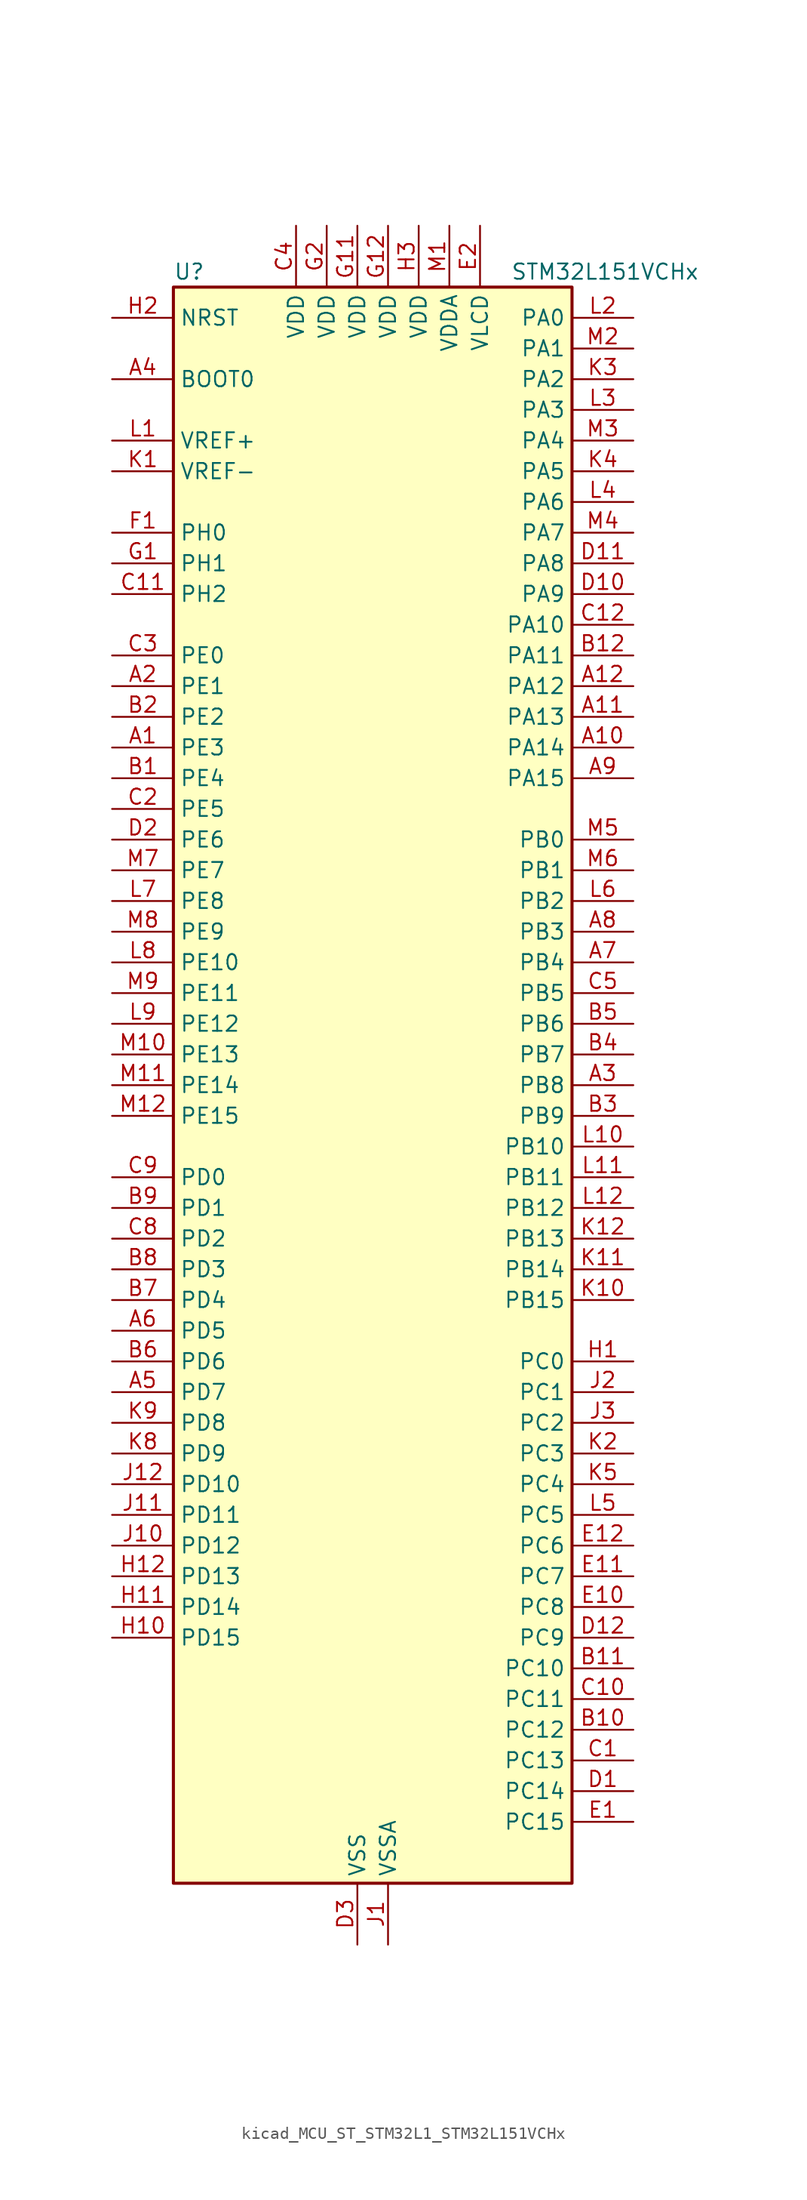
<source format=kicad_sym>
(kicad_symbol_lib
  (version 20220914)
  (generator kicad_symbol_editor)
  (symbol "kicad_MCU_ST_STM32L1_STM32L151VCHx"
    (property "Reference" "U"
      (at -15.24 67.31 0)
      (effects (font (size 1.27 1.27)) (justify left)))
    (property "Value" "STM32L151VCHx"
      (at 12.7 67.31 0)
      (effects (font (size 1.27 1.27)) (justify left)))
    (property "ki_locked" ""
      (at 0 0 0)
      (effects (font (size 1.27 1.27))))
    (symbol "kicad_MCU_ST_STM32L1_STM32L151VCHx_0_1"
      (rectangle (start -15.24 -66.04) (end 17.78 66.04) (stroke (width 0.254) (type default)) (fill (type background))))
    (symbol "kicad_MCU_ST_STM32L1_STM32L151VCHx_1_1"
      (pin bidirectional line (at -20.32 27.94 0) (length 5.08) (name "PE3" (effects (font (size 1.27 1.27)))) (number "A1" (effects (font (size 1.27 1.27)))) (alternate "SYS_TRACED0" bidirectional line) (alternate "TIM3_CH1" bidirectional line) (alternate "TIMX_IC4" bidirectional line))
      (pin bidirectional line (at 22.86 27.94 180) (length 5.08) (name "PA14" (effects (font (size 1.27 1.27)))) (number "A10" (effects (font (size 1.27 1.27)))) (alternate "SYS_JTCK-SWCLK" bidirectional line) (alternate "TIMX_IC3" bidirectional line) (alternate "TS_G5_IO2" bidirectional line))
      (pin bidirectional line (at 22.86 30.48 180) (length 5.08) (name "PA13" (effects (font (size 1.27 1.27)))) (number "A11" (effects (font (size 1.27 1.27)))) (alternate "SYS_JTMS-SWDIO" bidirectional line) (alternate "TIMX_IC2" bidirectional line) (alternate "TS_G5_IO1" bidirectional line))
      (pin bidirectional line (at 22.86 33.02 180) (length 5.08) (name "PA12" (effects (font (size 1.27 1.27)))) (number "A12" (effects (font (size 1.27 1.27)))) (alternate "SPI1_MOSI" bidirectional line) (alternate "TIMX_IC1" bidirectional line) (alternate "USART1_RTS" bidirectional line) (alternate "USB_DP" bidirectional line))
      (pin bidirectional line (at -20.32 33.02 0) (length 5.08) (name "PE1" (effects (font (size 1.27 1.27)))) (number "A2" (effects (font (size 1.27 1.27)))) (alternate "TIM11_CH1" bidirectional line) (alternate "TIMX_IC2" bidirectional line))
      (pin bidirectional line (at 22.86 0 180) (length 5.08) (name "PB8" (effects (font (size 1.27 1.27)))) (number "A3" (effects (font (size 1.27 1.27)))) (alternate "I2C1_SCL" bidirectional line) (alternate "TIM10_CH1" bidirectional line) (alternate "TIM4_CH3" bidirectional line))
      (pin input line (at -20.32 58.42 0) (length 5.08) (name "BOOT0" (effects (font (size 1.27 1.27)))) (number "A4" (effects (font (size 1.27 1.27)))))
      (pin bidirectional line (at -20.32 -25.4 0) (length 5.08) (name "PD7" (effects (font (size 1.27 1.27)))) (number "A5" (effects (font (size 1.27 1.27)))) (alternate "TIM9_CH2" bidirectional line) (alternate "TIMX_IC4" bidirectional line) (alternate "USART2_CK" bidirectional line))
      (pin bidirectional line (at -20.32 -20.32 0) (length 5.08) (name "PD5" (effects (font (size 1.27 1.27)))) (number "A6" (effects (font (size 1.27 1.27)))) (alternate "TIMX_IC2" bidirectional line) (alternate "USART2_TX" bidirectional line))
      (pin bidirectional line (at 22.86 10.16 180) (length 5.08) (name "PB4" (effects (font (size 1.27 1.27)))) (number "A7" (effects (font (size 1.27 1.27)))) (alternate "COMP2_INP" bidirectional line) (alternate "SPI1_MISO" bidirectional line) (alternate "SPI3_MISO" bidirectional line) (alternate "SYS_JTRST" bidirectional line) (alternate "TIM3_CH1" bidirectional line) (alternate "TS_G6_IO1" bidirectional line))
      (pin bidirectional line (at 22.86 12.7 180) (length 5.08) (name "PB3" (effects (font (size 1.27 1.27)))) (number "A8" (effects (font (size 1.27 1.27)))) (alternate "COMP2_INM" bidirectional line) (alternate "I2S3_CK" bidirectional line) (alternate "SPI1_SCK" bidirectional line) (alternate "SPI3_SCK" bidirectional line) (alternate "SYS_JTDO-TRACESWO" bidirectional line) (alternate "TIM2_CH2" bidirectional line))
      (pin bidirectional line (at 22.86 25.4 180) (length 5.08) (name "PA15" (effects (font (size 1.27 1.27)))) (number "A9" (effects (font (size 1.27 1.27)))) (alternate "ADC_EXTI15" bidirectional line) (alternate "I2S3_WS" bidirectional line) (alternate "SPI1_NSS" bidirectional line) (alternate "SPI3_NSS" bidirectional line) (alternate "SYS_JTDI" bidirectional line) (alternate "TIM2_CH1" bidirectional line) (alternate "TIM2_ETR" bidirectional line) (alternate "TIMX_IC4" bidirectional line) (alternate "TS_G5_IO3" bidirectional line))
      (pin bidirectional line (at -20.32 25.4 0) (length 5.08) (name "PE4" (effects (font (size 1.27 1.27)))) (number "B1" (effects (font (size 1.27 1.27)))) (alternate "SYS_TRACED1" bidirectional line) (alternate "TIM3_CH2" bidirectional line) (alternate "TIMX_IC1" bidirectional line))
      (pin bidirectional line (at 22.86 -53.34 180) (length 5.08) (name "PC12" (effects (font (size 1.27 1.27)))) (number "B10" (effects (font (size 1.27 1.27)))) (alternate "I2S3_SD" bidirectional line) (alternate "SPI3_MOSI" bidirectional line) (alternate "TIMX_IC1" bidirectional line) (alternate "USART3_CK" bidirectional line))
      (pin bidirectional line (at 22.86 -48.26 180) (length 5.08) (name "PC10" (effects (font (size 1.27 1.27)))) (number "B11" (effects (font (size 1.27 1.27)))) (alternate "I2S3_CK" bidirectional line) (alternate "SPI3_SCK" bidirectional line) (alternate "TIMX_IC3" bidirectional line) (alternate "USART3_TX" bidirectional line))
      (pin bidirectional line (at 22.86 35.56 180) (length 5.08) (name "PA11" (effects (font (size 1.27 1.27)))) (number "B12" (effects (font (size 1.27 1.27)))) (alternate "ADC_EXTI11" bidirectional line) (alternate "SPI1_MISO" bidirectional line) (alternate "TIMX_IC4" bidirectional line) (alternate "USART1_CTS" bidirectional line) (alternate "USB_DM" bidirectional line))
      (pin bidirectional line (at -20.32 30.48 0) (length 5.08) (name "PE2" (effects (font (size 1.27 1.27)))) (number "B2" (effects (font (size 1.27 1.27)))) (alternate "SYS_TRACECK" bidirectional line) (alternate "TIM3_ETR" bidirectional line) (alternate "TIMX_IC3" bidirectional line))
      (pin bidirectional line (at 22.86 -2.54 180) (length 5.08) (name "PB9" (effects (font (size 1.27 1.27)))) (number "B3" (effects (font (size 1.27 1.27)))) (alternate "DAC_EXTI9" bidirectional line) (alternate "I2C1_SDA" bidirectional line) (alternate "TIM11_CH1" bidirectional line) (alternate "TIM4_CH4" bidirectional line))
      (pin bidirectional line (at 22.86 2.54 180) (length 5.08) (name "PB7" (effects (font (size 1.27 1.27)))) (number "B4" (effects (font (size 1.27 1.27)))) (alternate "COMP2_INP" bidirectional line) (alternate "I2C1_SDA" bidirectional line) (alternate "SYS_PVD_IN" bidirectional line) (alternate "TIM4_CH2" bidirectional line) (alternate "TS_G6_IO4" bidirectional line) (alternate "USART1_RX" bidirectional line))
      (pin bidirectional line (at 22.86 5.08 180) (length 5.08) (name "PB6" (effects (font (size 1.27 1.27)))) (number "B5" (effects (font (size 1.27 1.27)))) (alternate "COMP2_INP" bidirectional line) (alternate "I2C1_SCL" bidirectional line) (alternate "TIM4_CH1" bidirectional line) (alternate "TS_G6_IO3" bidirectional line) (alternate "USART1_TX" bidirectional line))
      (pin bidirectional line (at -20.32 -22.86 0) (length 5.08) (name "PD6" (effects (font (size 1.27 1.27)))) (number "B6" (effects (font (size 1.27 1.27)))) (alternate "TIMX_IC3" bidirectional line) (alternate "USART2_RX" bidirectional line))
      (pin bidirectional line (at -20.32 -17.78 0) (length 5.08) (name "PD4" (effects (font (size 1.27 1.27)))) (number "B7" (effects (font (size 1.27 1.27)))) (alternate "I2S2_SD" bidirectional line) (alternate "SPI2_MOSI" bidirectional line) (alternate "TIMX_IC1" bidirectional line) (alternate "USART2_RTS" bidirectional line))
      (pin bidirectional line (at -20.32 -15.24 0) (length 5.08) (name "PD3" (effects (font (size 1.27 1.27)))) (number "B8" (effects (font (size 1.27 1.27)))) (alternate "SPI2_MISO" bidirectional line) (alternate "TIMX_IC4" bidirectional line) (alternate "USART2_CTS" bidirectional line))
      (pin bidirectional line (at -20.32 -10.16 0) (length 5.08) (name "PD1" (effects (font (size 1.27 1.27)))) (number "B9" (effects (font (size 1.27 1.27)))) (alternate "I2S2_CK" bidirectional line) (alternate "SPI2_SCK" bidirectional line) (alternate "TIMX_IC2" bidirectional line))
      (pin bidirectional line (at 22.86 -55.88 180) (length 5.08) (name "PC13" (effects (font (size 1.27 1.27)))) (number "C1" (effects (font (size 1.27 1.27)))) (alternate "RTC_OUT_ALARM" bidirectional line) (alternate "RTC_OUT_CALIB" bidirectional line) (alternate "RTC_TAMP1" bidirectional line) (alternate "RTC_TS" bidirectional line) (alternate "SYS_WKUP2" bidirectional line) (alternate "TIMX_IC2" bidirectional line))
      (pin bidirectional line (at 22.86 -50.8 180) (length 5.08) (name "PC11" (effects (font (size 1.27 1.27)))) (number "C10" (effects (font (size 1.27 1.27)))) (alternate "ADC_EXTI11" bidirectional line) (alternate "SPI3_MISO" bidirectional line) (alternate "TIMX_IC4" bidirectional line) (alternate "USART3_RX" bidirectional line))
      (pin bidirectional line (at -20.32 40.64 0) (length 5.08) (name "PH2" (effects (font (size 1.27 1.27)))) (number "C11" (effects (font (size 1.27 1.27)))))
      (pin bidirectional line (at 22.86 38.1 180) (length 5.08) (name "PA10" (effects (font (size 1.27 1.27)))) (number "C12" (effects (font (size 1.27 1.27)))) (alternate "TIMX_IC3" bidirectional line) (alternate "TS_G4_IO3" bidirectional line) (alternate "USART1_RX" bidirectional line))
      (pin bidirectional line (at -20.32 22.86 0) (length 5.08) (name "PE5" (effects (font (size 1.27 1.27)))) (number "C2" (effects (font (size 1.27 1.27)))) (alternate "SYS_TRACED2" bidirectional line) (alternate "TIM9_CH1" bidirectional line) (alternate "TIMX_IC2" bidirectional line))
      (pin bidirectional line (at -20.32 35.56 0) (length 5.08) (name "PE0" (effects (font (size 1.27 1.27)))) (number "C3" (effects (font (size 1.27 1.27)))) (alternate "TIM10_CH1" bidirectional line) (alternate "TIM4_ETR" bidirectional line) (alternate "TIMX_IC1" bidirectional line))
      (pin power_in line (at -5.08 71.12 270) (length 5.08) (name "VDD" (effects (font (size 1.27 1.27)))) (number "C4" (effects (font (size 1.27 1.27)))))
      (pin bidirectional line (at 22.86 7.62 180) (length 5.08) (name "PB5" (effects (font (size 1.27 1.27)))) (number "C5" (effects (font (size 1.27 1.27)))) (alternate "COMP2_INP" bidirectional line) (alternate "I2C1_SMBA" bidirectional line) (alternate "I2S3_SD" bidirectional line) (alternate "SPI1_MOSI" bidirectional line) (alternate "SPI3_MOSI" bidirectional line) (alternate "TIM3_CH2" bidirectional line) (alternate "TS_G6_IO2" bidirectional line))
      (pin bidirectional line (at -20.32 -12.7 0) (length 5.08) (name "PD2" (effects (font (size 1.27 1.27)))) (number "C8" (effects (font (size 1.27 1.27)))) (alternate "TIM3_ETR" bidirectional line) (alternate "TIMX_IC3" bidirectional line))
      (pin bidirectional line (at -20.32 -7.62 0) (length 5.08) (name "PD0" (effects (font (size 1.27 1.27)))) (number "C9" (effects (font (size 1.27 1.27)))) (alternate "I2S2_WS" bidirectional line) (alternate "SPI2_NSS" bidirectional line) (alternate "TIM9_CH1" bidirectional line) (alternate "TIMX_IC1" bidirectional line))
      (pin bidirectional line (at 22.86 -58.42 180) (length 5.08) (name "PC14" (effects (font (size 1.27 1.27)))) (number "D1" (effects (font (size 1.27 1.27)))) (alternate "RCC_OSC32_IN" bidirectional line) (alternate "TIMX_IC3" bidirectional line))
      (pin bidirectional line (at 22.86 40.64 180) (length 5.08) (name "PA9" (effects (font (size 1.27 1.27)))) (number "D10" (effects (font (size 1.27 1.27)))) (alternate "DAC_EXTI9" bidirectional line) (alternate "TIMX_IC2" bidirectional line) (alternate "TS_G4_IO2" bidirectional line) (alternate "USART1_TX" bidirectional line))
      (pin bidirectional line (at 22.86 43.18 180) (length 5.08) (name "PA8" (effects (font (size 1.27 1.27)))) (number "D11" (effects (font (size 1.27 1.27)))) (alternate "RCC_MCO" bidirectional line) (alternate "TIMX_IC1" bidirectional line) (alternate "TS_G4_IO1" bidirectional line) (alternate "USART1_CK" bidirectional line))
      (pin bidirectional line (at 22.86 -45.72 180) (length 5.08) (name "PC9" (effects (font (size 1.27 1.27)))) (number "D12" (effects (font (size 1.27 1.27)))) (alternate "DAC_EXTI9" bidirectional line) (alternate "TIM3_CH4" bidirectional line) (alternate "TIMX_IC2" bidirectional line) (alternate "TS_G10_IO4" bidirectional line))
      (pin bidirectional line (at -20.32 20.32 0) (length 5.08) (name "PE6" (effects (font (size 1.27 1.27)))) (number "D2" (effects (font (size 1.27 1.27)))) (alternate "RTC_TAMP3" bidirectional line) (alternate "SYS_TRACED3" bidirectional line) (alternate "SYS_WKUP3" bidirectional line) (alternate "TIM9_CH2" bidirectional line) (alternate "TIMX_IC3" bidirectional line))
      (pin power_in line (at 0 -71.12 90) (length 5.08) (name "VSS" (effects (font (size 1.27 1.27)))) (number "D3" (effects (font (size 1.27 1.27)))))
      (pin bidirectional line (at 22.86 -60.96 180) (length 5.08) (name "PC15" (effects (font (size 1.27 1.27)))) (number "E1" (effects (font (size 1.27 1.27)))) (alternate "ADC_EXTI15" bidirectional line) (alternate "RCC_OSC32_OUT" bidirectional line) (alternate "TIMX_IC4" bidirectional line))
      (pin bidirectional line (at 22.86 -43.18 180) (length 5.08) (name "PC8" (effects (font (size 1.27 1.27)))) (number "E10" (effects (font (size 1.27 1.27)))) (alternate "TIM3_CH3" bidirectional line) (alternate "TIMX_IC1" bidirectional line) (alternate "TS_G10_IO3" bidirectional line))
      (pin bidirectional line (at 22.86 -40.64 180) (length 5.08) (name "PC7" (effects (font (size 1.27 1.27)))) (number "E11" (effects (font (size 1.27 1.27)))) (alternate "I2S3_MCK" bidirectional line) (alternate "TIM3_CH2" bidirectional line) (alternate "TIMX_IC4" bidirectional line) (alternate "TS_G10_IO2" bidirectional line))
      (pin bidirectional line (at 22.86 -38.1 180) (length 5.08) (name "PC6" (effects (font (size 1.27 1.27)))) (number "E12" (effects (font (size 1.27 1.27)))) (alternate "I2S2_MCK" bidirectional line) (alternate "TIM3_CH1" bidirectional line) (alternate "TIMX_IC3" bidirectional line) (alternate "TS_G10_IO1" bidirectional line))
      (pin power_in line (at 10.16 71.12 270) (length 5.08) (name "VLCD" (effects (font (size 1.27 1.27)))) (number "E2" (effects (font (size 1.27 1.27)))))
      (pin passive line (at 0 -71.12 90) (length 5.08) hide (name "VSS" (effects (font (size 1.27 1.27)))) (number "E3" (effects (font (size 1.27 1.27)))))
      (pin bidirectional line (at -20.32 45.72 0) (length 5.08) (name "PH0" (effects (font (size 1.27 1.27)))) (number "F1" (effects (font (size 1.27 1.27)))) (alternate "RCC_OSC_IN" bidirectional line))
      (pin passive line (at 0 -71.12 90) (length 5.08) hide (name "VSS" (effects (font (size 1.27 1.27)))) (number "F11" (effects (font (size 1.27 1.27)))))
      (pin passive line (at 0 -71.12 90) (length 5.08) hide (name "VSS" (effects (font (size 1.27 1.27)))) (number "F12" (effects (font (size 1.27 1.27)))))
      (pin passive line (at 0 -71.12 90) (length 5.08) hide (name "VSS" (effects (font (size 1.27 1.27)))) (number "F2" (effects (font (size 1.27 1.27)))))
      (pin bidirectional line (at -20.32 43.18 0) (length 5.08) (name "PH1" (effects (font (size 1.27 1.27)))) (number "G1" (effects (font (size 1.27 1.27)))) (alternate "RCC_OSC_OUT" bidirectional line))
      (pin power_in line (at 0 71.12 270) (length 5.08) (name "VDD" (effects (font (size 1.27 1.27)))) (number "G11" (effects (font (size 1.27 1.27)))))
      (pin power_in line (at 2.54 71.12 270) (length 5.08) (name "VDD" (effects (font (size 1.27 1.27)))) (number "G12" (effects (font (size 1.27 1.27)))))
      (pin power_in line (at -2.54 71.12 270) (length 5.08) (name "VDD" (effects (font (size 1.27 1.27)))) (number "G2" (effects (font (size 1.27 1.27)))))
      (pin bidirectional line (at 22.86 -22.86 180) (length 5.08) (name "PC0" (effects (font (size 1.27 1.27)))) (number "H1" (effects (font (size 1.27 1.27)))) (alternate "ADC_IN10" bidirectional line) (alternate "COMP1_INP" bidirectional line) (alternate "TIMX_IC1" bidirectional line) (alternate "TS_G8_IO1" bidirectional line))
      (pin bidirectional line (at -20.32 -45.72 0) (length 5.08) (name "PD15" (effects (font (size 1.27 1.27)))) (number "H10" (effects (font (size 1.27 1.27)))) (alternate "ADC_EXTI15" bidirectional line) (alternate "TIM4_CH4" bidirectional line) (alternate "TIMX_IC4" bidirectional line))
      (pin bidirectional line (at -20.32 -43.18 0) (length 5.08) (name "PD14" (effects (font (size 1.27 1.27)))) (number "H11" (effects (font (size 1.27 1.27)))) (alternate "TIM4_CH3" bidirectional line) (alternate "TIMX_IC3" bidirectional line))
      (pin bidirectional line (at -20.32 -40.64 0) (length 5.08) (name "PD13" (effects (font (size 1.27 1.27)))) (number "H12" (effects (font (size 1.27 1.27)))) (alternate "TIM4_CH2" bidirectional line) (alternate "TIMX_IC2" bidirectional line))
      (pin input line (at -20.32 63.5 0) (length 5.08) (name "NRST" (effects (font (size 1.27 1.27)))) (number "H2" (effects (font (size 1.27 1.27)))))
      (pin power_in line (at 5.08 71.12 270) (length 5.08) (name "VDD" (effects (font (size 1.27 1.27)))) (number "H3" (effects (font (size 1.27 1.27)))))
      (pin power_in line (at 2.54 -71.12 90) (length 5.08) (name "VSSA" (effects (font (size 1.27 1.27)))) (number "J1" (effects (font (size 1.27 1.27)))))
      (pin bidirectional line (at -20.32 -38.1 0) (length 5.08) (name "PD12" (effects (font (size 1.27 1.27)))) (number "J10" (effects (font (size 1.27 1.27)))) (alternate "TIM4_CH1" bidirectional line) (alternate "TIMX_IC1" bidirectional line) (alternate "USART3_RTS" bidirectional line))
      (pin bidirectional line (at -20.32 -35.56 0) (length 5.08) (name "PD11" (effects (font (size 1.27 1.27)))) (number "J11" (effects (font (size 1.27 1.27)))) (alternate "ADC_EXTI11" bidirectional line) (alternate "TIMX_IC4" bidirectional line) (alternate "USART3_CTS" bidirectional line))
      (pin bidirectional line (at -20.32 -33.02 0) (length 5.08) (name "PD10" (effects (font (size 1.27 1.27)))) (number "J12" (effects (font (size 1.27 1.27)))) (alternate "TIMX_IC3" bidirectional line) (alternate "USART3_CK" bidirectional line))
      (pin bidirectional line (at 22.86 -25.4 180) (length 5.08) (name "PC1" (effects (font (size 1.27 1.27)))) (number "J2" (effects (font (size 1.27 1.27)))) (alternate "ADC_IN11" bidirectional line) (alternate "COMP1_INP" bidirectional line) (alternate "TIMX_IC2" bidirectional line) (alternate "TS_G8_IO2" bidirectional line))
      (pin bidirectional line (at 22.86 -27.94 180) (length 5.08) (name "PC2" (effects (font (size 1.27 1.27)))) (number "J3" (effects (font (size 1.27 1.27)))) (alternate "ADC_IN12" bidirectional line) (alternate "COMP1_INP" bidirectional line) (alternate "TIMX_IC3" bidirectional line) (alternate "TS_G8_IO3" bidirectional line))
      (pin input line (at -20.32 50.8 0) (length 5.08) (name "VREF-" (effects (font (size 1.27 1.27)))) (number "K1" (effects (font (size 1.27 1.27)))))
      (pin bidirectional line (at 22.86 -17.78 180) (length 5.08) (name "PB15" (effects (font (size 1.27 1.27)))) (number "K10" (effects (font (size 1.27 1.27)))) (alternate "ADC_EXTI15" bidirectional line) (alternate "ADC_IN21" bidirectional line) (alternate "COMP1_INP" bidirectional line) (alternate "I2S2_SD" bidirectional line) (alternate "RTC_REFIN" bidirectional line) (alternate "SPI2_MOSI" bidirectional line) (alternate "TIM11_CH1" bidirectional line) (alternate "TS_G7_IO4" bidirectional line))
      (pin bidirectional line (at 22.86 -15.24 180) (length 5.08) (name "PB14" (effects (font (size 1.27 1.27)))) (number "K11" (effects (font (size 1.27 1.27)))) (alternate "ADC_IN20" bidirectional line) (alternate "COMP1_INP" bidirectional line) (alternate "SPI2_MISO" bidirectional line) (alternate "TIM9_CH2" bidirectional line) (alternate "TS_G7_IO3" bidirectional line) (alternate "USART3_RTS" bidirectional line))
      (pin bidirectional line (at 22.86 -12.7 180) (length 5.08) (name "PB13" (effects (font (size 1.27 1.27)))) (number "K12" (effects (font (size 1.27 1.27)))) (alternate "ADC_IN19" bidirectional line) (alternate "COMP1_INP" bidirectional line) (alternate "I2S2_CK" bidirectional line) (alternate "SPI2_SCK" bidirectional line) (alternate "TIM9_CH1" bidirectional line) (alternate "TS_G7_IO2" bidirectional line) (alternate "USART3_CTS" bidirectional line))
      (pin bidirectional line (at 22.86 -30.48 180) (length 5.08) (name "PC3" (effects (font (size 1.27 1.27)))) (number "K2" (effects (font (size 1.27 1.27)))) (alternate "ADC_IN13" bidirectional line) (alternate "COMP1_INP" bidirectional line) (alternate "TIMX_IC4" bidirectional line) (alternate "TS_G8_IO4" bidirectional line))
      (pin bidirectional line (at 22.86 58.42 180) (length 5.08) (name "PA2" (effects (font (size 1.27 1.27)))) (number "K3" (effects (font (size 1.27 1.27)))) (alternate "ADC_IN2" bidirectional line) (alternate "COMP1_INP" bidirectional line) (alternate "OPAMP1_VINM" bidirectional line) (alternate "TIM2_CH3" bidirectional line) (alternate "TIM5_CH3" bidirectional line) (alternate "TIM9_CH1" bidirectional line) (alternate "TIMX_IC3" bidirectional line) (alternate "TS_G1_IO3" bidirectional line) (alternate "USART2_TX" bidirectional line))
      (pin bidirectional line (at 22.86 50.8 180) (length 5.08) (name "PA5" (effects (font (size 1.27 1.27)))) (number "K4" (effects (font (size 1.27 1.27)))) (alternate "ADC_IN5" bidirectional line) (alternate "COMP1_INP" bidirectional line) (alternate "DAC_OUT2" bidirectional line) (alternate "SPI1_SCK" bidirectional line) (alternate "TIM2_CH1" bidirectional line) (alternate "TIM2_ETR" bidirectional line) (alternate "TIMX_IC2" bidirectional line))
      (pin bidirectional line (at 22.86 -33.02 180) (length 5.08) (name "PC4" (effects (font (size 1.27 1.27)))) (number "K5" (effects (font (size 1.27 1.27)))) (alternate "ADC_IN14" bidirectional line) (alternate "COMP1_INP" bidirectional line) (alternate "TIMX_IC1" bidirectional line) (alternate "TS_G9_IO1" bidirectional line))
      (pin bidirectional line (at -20.32 -30.48 0) (length 5.08) (name "PD9" (effects (font (size 1.27 1.27)))) (number "K8" (effects (font (size 1.27 1.27)))) (alternate "DAC_EXTI9" bidirectional line) (alternate "TIMX_IC2" bidirectional line) (alternate "USART3_RX" bidirectional line))
      (pin bidirectional line (at -20.32 -27.94 0) (length 5.08) (name "PD8" (effects (font (size 1.27 1.27)))) (number "K9" (effects (font (size 1.27 1.27)))) (alternate "TIMX_IC1" bidirectional line) (alternate "USART3_TX" bidirectional line))
      (pin input line (at -20.32 53.34 0) (length 5.08) (name "VREF+" (effects (font (size 1.27 1.27)))) (number "L1" (effects (font (size 1.27 1.27)))))
      (pin bidirectional line (at 22.86 -5.08 180) (length 5.08) (name "PB10" (effects (font (size 1.27 1.27)))) (number "L10" (effects (font (size 1.27 1.27)))) (alternate "I2C2_SCL" bidirectional line) (alternate "TIM2_CH3" bidirectional line) (alternate "USART3_TX" bidirectional line))
      (pin bidirectional line (at 22.86 -7.62 180) (length 5.08) (name "PB11" (effects (font (size 1.27 1.27)))) (number "L11" (effects (font (size 1.27 1.27)))) (alternate "ADC_EXTI11" bidirectional line) (alternate "I2C2_SDA" bidirectional line) (alternate "TIM2_CH4" bidirectional line) (alternate "USART3_RX" bidirectional line))
      (pin bidirectional line (at 22.86 -10.16 180) (length 5.08) (name "PB12" (effects (font (size 1.27 1.27)))) (number "L12" (effects (font (size 1.27 1.27)))) (alternate "ADC_IN18" bidirectional line) (alternate "COMP1_INP" bidirectional line) (alternate "I2C2_SMBA" bidirectional line) (alternate "I2S2_WS" bidirectional line) (alternate "SPI2_NSS" bidirectional line) (alternate "TIM10_CH1" bidirectional line) (alternate "TS_G7_IO1" bidirectional line) (alternate "USART3_CK" bidirectional line))
      (pin bidirectional line (at 22.86 63.5 180) (length 5.08) (name "PA0" (effects (font (size 1.27 1.27)))) (number "L2" (effects (font (size 1.27 1.27)))) (alternate "ADC_IN0" bidirectional line) (alternate "COMP1_INP" bidirectional line) (alternate "RTC_TAMP2" bidirectional line) (alternate "SYS_WKUP1" bidirectional line) (alternate "TIM2_CH1" bidirectional line) (alternate "TIM2_ETR" bidirectional line) (alternate "TIM5_CH1" bidirectional line) (alternate "TIMX_IC1" bidirectional line) (alternate "TS_G1_IO1" bidirectional line) (alternate "USART2_CTS" bidirectional line))
      (pin bidirectional line (at 22.86 55.88 180) (length 5.08) (name "PA3" (effects (font (size 1.27 1.27)))) (number "L3" (effects (font (size 1.27 1.27)))) (alternate "ADC_IN3" bidirectional line) (alternate "COMP1_INP" bidirectional line) (alternate "OPAMP1_VOUT" bidirectional line) (alternate "TIM2_CH4" bidirectional line) (alternate "TIM5_CH4" bidirectional line) (alternate "TIM9_CH2" bidirectional line) (alternate "TIMX_IC4" bidirectional line) (alternate "TS_G1_IO4" bidirectional line) (alternate "USART2_RX" bidirectional line))
      (pin bidirectional line (at 22.86 48.26 180) (length 5.08) (name "PA6" (effects (font (size 1.27 1.27)))) (number "L4" (effects (font (size 1.27 1.27)))) (alternate "ADC_IN6" bidirectional line) (alternate "COMP1_INP" bidirectional line) (alternate "OPAMP2_VINP" bidirectional line) (alternate "SPI1_MISO" bidirectional line) (alternate "TIM10_CH1" bidirectional line) (alternate "TIM3_CH1" bidirectional line) (alternate "TIMX_IC3" bidirectional line) (alternate "TS_G2_IO1" bidirectional line))
      (pin bidirectional line (at 22.86 -35.56 180) (length 5.08) (name "PC5" (effects (font (size 1.27 1.27)))) (number "L5" (effects (font (size 1.27 1.27)))) (alternate "ADC_IN15" bidirectional line) (alternate "COMP1_INP" bidirectional line) (alternate "TIMX_IC2" bidirectional line) (alternate "TS_G9_IO2" bidirectional line))
      (pin bidirectional line (at 22.86 15.24 180) (length 5.08) (name "PB2" (effects (font (size 1.27 1.27)))) (number "L6" (effects (font (size 1.27 1.27)))) (alternate "TS_G3_IO3" bidirectional line))
      (pin bidirectional line (at -20.32 15.24 0) (length 5.08) (name "PE8" (effects (font (size 1.27 1.27)))) (number "L7" (effects (font (size 1.27 1.27)))) (alternate "ADC_IN23" bidirectional line) (alternate "COMP1_INP" bidirectional line) (alternate "TIMX_IC1" bidirectional line))
      (pin bidirectional line (at -20.32 10.16 0) (length 5.08) (name "PE10" (effects (font (size 1.27 1.27)))) (number "L8" (effects (font (size 1.27 1.27)))) (alternate "ADC_IN25" bidirectional line) (alternate "COMP1_INP" bidirectional line) (alternate "TIM2_CH2" bidirectional line) (alternate "TIMX_IC3" bidirectional line))
      (pin bidirectional line (at -20.32 5.08 0) (length 5.08) (name "PE12" (effects (font (size 1.27 1.27)))) (number "L9" (effects (font (size 1.27 1.27)))) (alternate "SPI1_NSS" bidirectional line) (alternate "TIM2_CH4" bidirectional line) (alternate "TIMX_IC1" bidirectional line))
      (pin power_in line (at 7.62 71.12 270) (length 5.08) (name "VDDA" (effects (font (size 1.27 1.27)))) (number "M1" (effects (font (size 1.27 1.27)))))
      (pin bidirectional line (at -20.32 2.54 0) (length 5.08) (name "PE13" (effects (font (size 1.27 1.27)))) (number "M10" (effects (font (size 1.27 1.27)))) (alternate "SPI1_SCK" bidirectional line) (alternate "TIMX_IC2" bidirectional line))
      (pin bidirectional line (at -20.32 0 0) (length 5.08) (name "PE14" (effects (font (size 1.27 1.27)))) (number "M11" (effects (font (size 1.27 1.27)))) (alternate "SPI1_MISO" bidirectional line) (alternate "TIMX_IC3" bidirectional line))
      (pin bidirectional line (at -20.32 -2.54 0) (length 5.08) (name "PE15" (effects (font (size 1.27 1.27)))) (number "M12" (effects (font (size 1.27 1.27)))) (alternate "ADC_EXTI15" bidirectional line) (alternate "SPI1_MOSI" bidirectional line) (alternate "TIMX_IC4" bidirectional line))
      (pin bidirectional line (at 22.86 60.96 180) (length 5.08) (name "PA1" (effects (font (size 1.27 1.27)))) (number "M2" (effects (font (size 1.27 1.27)))) (alternate "ADC_IN1" bidirectional line) (alternate "COMP1_INP" bidirectional line) (alternate "OPAMP1_VINP" bidirectional line) (alternate "TIM2_CH2" bidirectional line) (alternate "TIM5_CH2" bidirectional line) (alternate "TIMX_IC2" bidirectional line) (alternate "TS_G1_IO2" bidirectional line) (alternate "USART2_RTS" bidirectional line))
      (pin bidirectional line (at 22.86 53.34 180) (length 5.08) (name "PA4" (effects (font (size 1.27 1.27)))) (number "M3" (effects (font (size 1.27 1.27)))) (alternate "ADC_IN4" bidirectional line) (alternate "COMP1_INP" bidirectional line) (alternate "DAC_OUT1" bidirectional line) (alternate "I2S3_WS" bidirectional line) (alternate "SPI1_NSS" bidirectional line) (alternate "SPI3_NSS" bidirectional line) (alternate "TIMX_IC1" bidirectional line) (alternate "USART2_CK" bidirectional line))
      (pin bidirectional line (at 22.86 45.72 180) (length 5.08) (name "PA7" (effects (font (size 1.27 1.27)))) (number "M4" (effects (font (size 1.27 1.27)))) (alternate "ADC_IN7" bidirectional line) (alternate "COMP1_INP" bidirectional line) (alternate "OPAMP2_VINM" bidirectional line) (alternate "SPI1_MOSI" bidirectional line) (alternate "TIM11_CH1" bidirectional line) (alternate "TIM3_CH2" bidirectional line) (alternate "TIMX_IC4" bidirectional line) (alternate "TS_G2_IO2" bidirectional line))
      (pin bidirectional line (at 22.86 20.32 180) (length 5.08) (name "PB0" (effects (font (size 1.27 1.27)))) (number "M5" (effects (font (size 1.27 1.27)))) (alternate "ADC_IN8" bidirectional line) (alternate "COMP1_INP" bidirectional line) (alternate "OPAMP2_VOUT" bidirectional line) (alternate "SYS_V_REF_OUT" bidirectional line) (alternate "TIM3_CH3" bidirectional line) (alternate "TS_G3_IO1" bidirectional line))
      (pin bidirectional line (at 22.86 17.78 180) (length 5.08) (name "PB1" (effects (font (size 1.27 1.27)))) (number "M6" (effects (font (size 1.27 1.27)))) (alternate "ADC_IN9" bidirectional line) (alternate "COMP1_INP" bidirectional line) (alternate "SYS_V_REF_OUT" bidirectional line) (alternate "TIM3_CH4" bidirectional line) (alternate "TS_G3_IO2" bidirectional line))
      (pin bidirectional line (at -20.32 17.78 0) (length 5.08) (name "PE7" (effects (font (size 1.27 1.27)))) (number "M7" (effects (font (size 1.27 1.27)))) (alternate "ADC_IN22" bidirectional line) (alternate "COMP1_INP" bidirectional line) (alternate "TIMX_IC4" bidirectional line))
      (pin bidirectional line (at -20.32 12.7 0) (length 5.08) (name "PE9" (effects (font (size 1.27 1.27)))) (number "M8" (effects (font (size 1.27 1.27)))) (alternate "ADC_IN24" bidirectional line) (alternate "COMP1_INP" bidirectional line) (alternate "DAC_EXTI9" bidirectional line) (alternate "TIM2_CH1" bidirectional line) (alternate "TIM2_ETR" bidirectional line) (alternate "TIM5_ETR" bidirectional line) (alternate "TIMX_IC2" bidirectional line))
      (pin bidirectional line (at -20.32 7.62 0) (length 5.08) (name "PE11" (effects (font (size 1.27 1.27)))) (number "M9" (effects (font (size 1.27 1.27)))) (alternate "ADC_EXTI11" bidirectional line) (alternate "TIM2_CH3" bidirectional line) (alternate "TIMX_IC4" bidirectional line)))))
</source>
